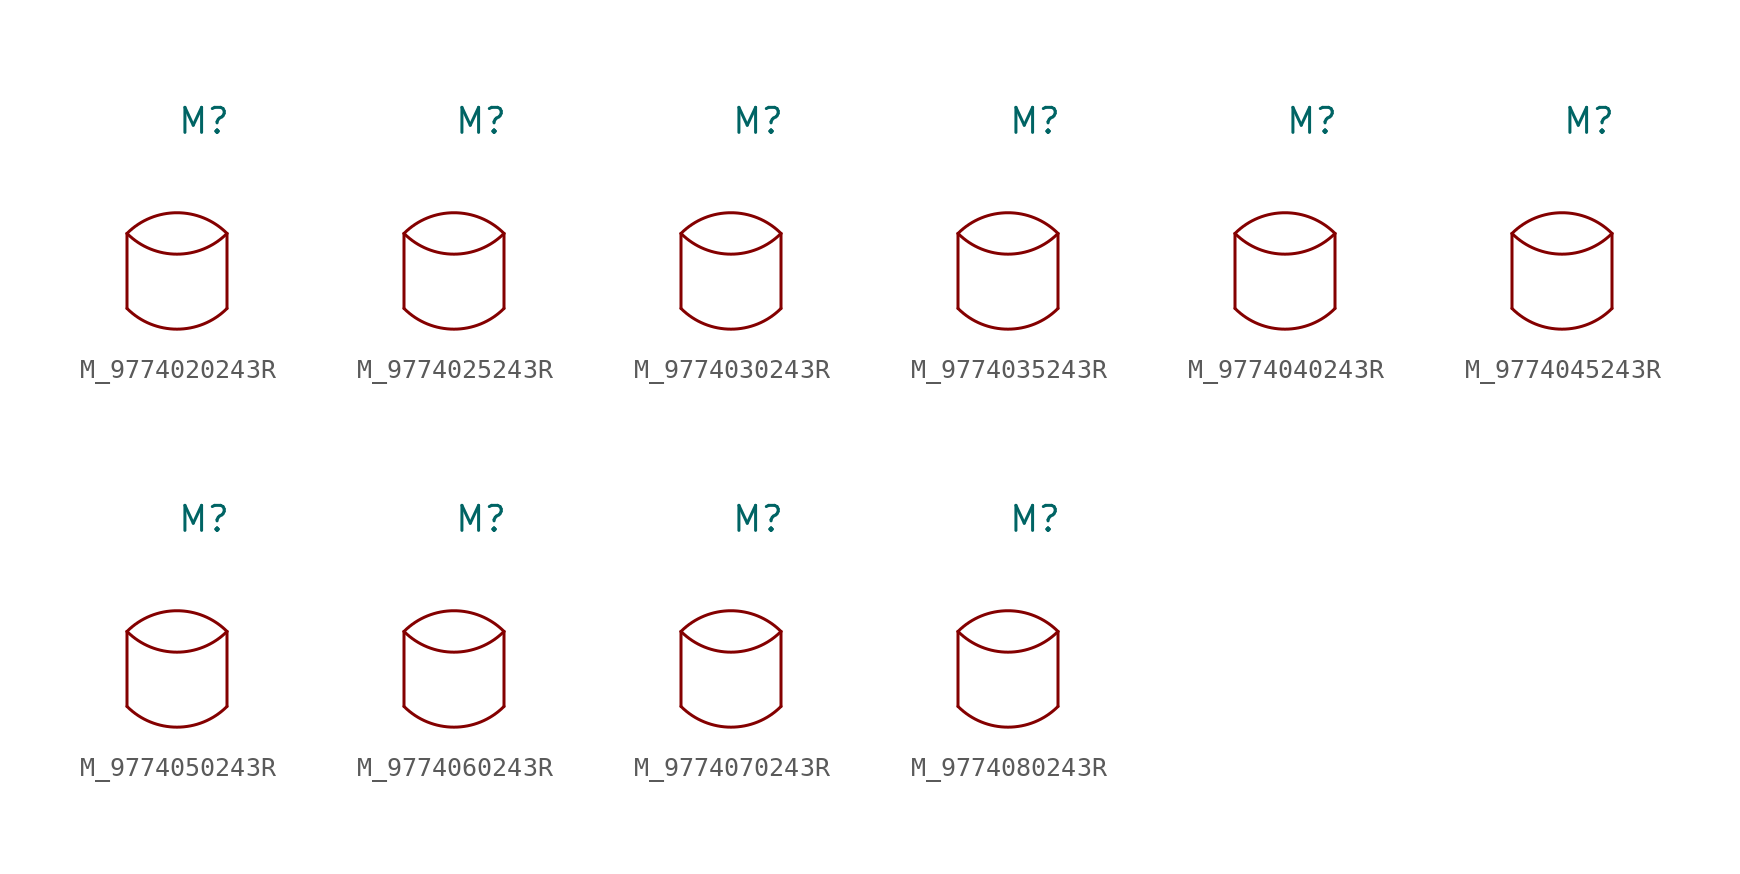
<source format=kicad_sym>
(kicad_symbol_lib
  (version 20241209)
  (generator "kicad_symbol_editor")
  (generator_version "9.0")
  (symbol "M_9774020243R"
    (property "Reference" "M"
      (at 0 7.62 0)
      (effects (font (size 1.27 1.27)) (justify left)))
    (property "Value" ""
      (at 0 0 0)
      (effects (font (size 1.27 1.27))))
    (symbol "M_9774020243R_0_1"
      (polyline (pts (xy -2.54 1.905) (xy -2.54 -1.905)) (stroke (width 0) (type default)) (fill (type none)))
      (arc (start 2.54 1.905) (mid 0 0.8529) (end -2.54 1.905) (stroke (width 0) (type default)) (fill (type none)))
      (arc (start 2.54 -1.905) (mid 0 -2.9571) (end -2.54 -1.905) (stroke (width 0) (type default)) (fill (type none)))
      (arc (start -2.54 1.905) (mid 0 2.9571) (end 2.54 1.905) (stroke (width 0) (type default)) (fill (type none)))
      (polyline (pts (xy 2.54 1.905) (xy 2.54 -1.905)) (stroke (width 0) (type default)) (fill (type none)))))
  (symbol "M_9774025243R"
    (property "Reference" "M"
      (at 0 7.62 0)
      (effects (font (size 1.27 1.27)) (justify left)))
    (property "Value" ""
      (at 0 0 0)
      (effects (font (size 1.27 1.27))))
    (symbol "M_9774025243R_0_1"
      (polyline (pts (xy -2.54 1.905) (xy -2.54 -1.905)) (stroke (width 0) (type default)) (fill (type none)))
      (arc (start 2.54 1.905) (mid 0 0.8529) (end -2.54 1.905) (stroke (width 0) (type default)) (fill (type none)))
      (arc (start 2.54 -1.905) (mid 0 -2.9571) (end -2.54 -1.905) (stroke (width 0) (type default)) (fill (type none)))
      (arc (start -2.54 1.905) (mid 0 2.9571) (end 2.54 1.905) (stroke (width 0) (type default)) (fill (type none)))
      (polyline (pts (xy 2.54 1.905) (xy 2.54 -1.905)) (stroke (width 0) (type default)) (fill (type none)))))
  (symbol "M_9774030243R"
    (property "Reference" "M"
      (at 0 7.62 0)
      (effects (font (size 1.27 1.27)) (justify left)))
    (property "Value" ""
      (at 0 0 0)
      (effects (font (size 1.27 1.27))))
    (symbol "M_9774030243R_0_1"
      (polyline (pts (xy -2.54 1.905) (xy -2.54 -1.905)) (stroke (width 0) (type default)) (fill (type none)))
      (arc (start 2.54 1.905) (mid 0 0.8529) (end -2.54 1.905) (stroke (width 0) (type default)) (fill (type none)))
      (arc (start 2.54 -1.905) (mid 0 -2.9571) (end -2.54 -1.905) (stroke (width 0) (type default)) (fill (type none)))
      (arc (start -2.54 1.905) (mid 0 2.9571) (end 2.54 1.905) (stroke (width 0) (type default)) (fill (type none)))
      (polyline (pts (xy 2.54 1.905) (xy 2.54 -1.905)) (stroke (width 0) (type default)) (fill (type none)))))
  (symbol "M_9774035243R"
    (property "Reference" "M"
      (at 0 7.62 0)
      (effects (font (size 1.27 1.27)) (justify left)))
    (property "Value" ""
      (at 0 0 0)
      (effects (font (size 1.27 1.27))))
    (symbol "M_9774035243R_0_1"
      (polyline (pts (xy -2.54 1.905) (xy -2.54 -1.905)) (stroke (width 0) (type default)) (fill (type none)))
      (arc (start 2.54 1.905) (mid 0 0.8529) (end -2.54 1.905) (stroke (width 0) (type default)) (fill (type none)))
      (arc (start 2.54 -1.905) (mid 0 -2.9571) (end -2.54 -1.905) (stroke (width 0) (type default)) (fill (type none)))
      (arc (start -2.54 1.905) (mid 0 2.9571) (end 2.54 1.905) (stroke (width 0) (type default)) (fill (type none)))
      (polyline (pts (xy 2.54 1.905) (xy 2.54 -1.905)) (stroke (width 0) (type default)) (fill (type none)))))
  (symbol "M_9774040243R"
    (property "Reference" "M"
      (at 0 7.62 0)
      (effects (font (size 1.27 1.27)) (justify left)))
    (property "Value" ""
      (at 0 0 0)
      (effects (font (size 1.27 1.27))))
    (symbol "M_9774040243R_0_1"
      (polyline (pts (xy -2.54 1.905) (xy -2.54 -1.905)) (stroke (width 0) (type default)) (fill (type none)))
      (arc (start 2.54 1.905) (mid 0 0.8529) (end -2.54 1.905) (stroke (width 0) (type default)) (fill (type none)))
      (arc (start 2.54 -1.905) (mid 0 -2.9571) (end -2.54 -1.905) (stroke (width 0) (type default)) (fill (type none)))
      (arc (start -2.54 1.905) (mid 0 2.9571) (end 2.54 1.905) (stroke (width 0) (type default)) (fill (type none)))
      (polyline (pts (xy 2.54 1.905) (xy 2.54 -1.905)) (stroke (width 0) (type default)) (fill (type none)))))
  (symbol "M_9774045243R"
    (property "Reference" "M"
      (at 0 7.62 0)
      (effects (font (size 1.27 1.27)) (justify left)))
    (property "Value" ""
      (at 0 0 0)
      (effects (font (size 1.27 1.27))))
    (symbol "M_9774045243R_0_1"
      (polyline (pts (xy -2.54 1.905) (xy -2.54 -1.905)) (stroke (width 0) (type default)) (fill (type none)))
      (arc (start 2.54 1.905) (mid 0 0.8529) (end -2.54 1.905) (stroke (width 0) (type default)) (fill (type none)))
      (arc (start 2.54 -1.905) (mid 0 -2.9571) (end -2.54 -1.905) (stroke (width 0) (type default)) (fill (type none)))
      (arc (start -2.54 1.905) (mid 0 2.9571) (end 2.54 1.905) (stroke (width 0) (type default)) (fill (type none)))
      (polyline (pts (xy 2.54 1.905) (xy 2.54 -1.905)) (stroke (width 0) (type default)) (fill (type none)))))
  (symbol "M_9774050243R"
    (property "Reference" "M"
      (at 0 7.62 0)
      (effects (font (size 1.27 1.27)) (justify left)))
    (property "Value" ""
      (at 0 0 0)
      (effects (font (size 1.27 1.27))))
    (symbol "M_9774050243R_0_1"
      (polyline (pts (xy -2.54 1.905) (xy -2.54 -1.905)) (stroke (width 0) (type default)) (fill (type none)))
      (arc (start 2.54 1.905) (mid 0 0.8529) (end -2.54 1.905) (stroke (width 0) (type default)) (fill (type none)))
      (arc (start 2.54 -1.905) (mid 0 -2.9571) (end -2.54 -1.905) (stroke (width 0) (type default)) (fill (type none)))
      (arc (start -2.54 1.905) (mid 0 2.9571) (end 2.54 1.905) (stroke (width 0) (type default)) (fill (type none)))
      (polyline (pts (xy 2.54 1.905) (xy 2.54 -1.905)) (stroke (width 0) (type default)) (fill (type none)))))
  (symbol "M_9774060243R"
    (property "Reference" "M"
      (at 0 7.62 0)
      (effects (font (size 1.27 1.27)) (justify left)))
    (property "Value" ""
      (at 0 0 0)
      (effects (font (size 1.27 1.27))))
    (symbol "M_9774060243R_0_1"
      (polyline (pts (xy -2.54 1.905) (xy -2.54 -1.905)) (stroke (width 0) (type default)) (fill (type none)))
      (arc (start 2.54 1.905) (mid 0 0.8529) (end -2.54 1.905) (stroke (width 0) (type default)) (fill (type none)))
      (arc (start 2.54 -1.905) (mid 0 -2.9571) (end -2.54 -1.905) (stroke (width 0) (type default)) (fill (type none)))
      (arc (start -2.54 1.905) (mid 0 2.9571) (end 2.54 1.905) (stroke (width 0) (type default)) (fill (type none)))
      (polyline (pts (xy 2.54 1.905) (xy 2.54 -1.905)) (stroke (width 0) (type default)) (fill (type none)))))
  (symbol "M_9774070243R"
    (property "Reference" "M"
      (at 0 7.62 0)
      (effects (font (size 1.27 1.27)) (justify left)))
    (property "Value" ""
      (at 0 0 0)
      (effects (font (size 1.27 1.27))))
    (symbol "M_9774070243R_0_1"
      (polyline (pts (xy -2.54 1.905) (xy -2.54 -1.905)) (stroke (width 0) (type default)) (fill (type none)))
      (arc (start 2.54 1.905) (mid 0 0.8529) (end -2.54 1.905) (stroke (width 0) (type default)) (fill (type none)))
      (arc (start 2.54 -1.905) (mid 0 -2.9571) (end -2.54 -1.905) (stroke (width 0) (type default)) (fill (type none)))
      (arc (start -2.54 1.905) (mid 0 2.9571) (end 2.54 1.905) (stroke (width 0) (type default)) (fill (type none)))
      (polyline (pts (xy 2.54 1.905) (xy 2.54 -1.905)) (stroke (width 0) (type default)) (fill (type none)))))
  (symbol "M_9774080243R"
    (property "Reference" "M"
      (at 0 7.62 0)
      (effects (font (size 1.27 1.27)) (justify left)))
    (property "Value" ""
      (at 0 0 0)
      (effects (font (size 1.27 1.27))))
    (symbol "M_9774080243R_0_1"
      (polyline (pts (xy -2.54 1.905) (xy -2.54 -1.905)) (stroke (width 0) (type default)) (fill (type none)))
      (arc (start 2.54 1.905) (mid 0 0.8529) (end -2.54 1.905) (stroke (width 0) (type default)) (fill (type none)))
      (arc (start 2.54 -1.905) (mid 0 -2.9571) (end -2.54 -1.905) (stroke (width 0) (type default)) (fill (type none)))
      (arc (start -2.54 1.905) (mid 0 2.9571) (end 2.54 1.905) (stroke (width 0) (type default)) (fill (type none)))
      (polyline (pts (xy 2.54 1.905) (xy 2.54 -1.905)) (stroke (width 0) (type default)) (fill (type none))))))
</source>
